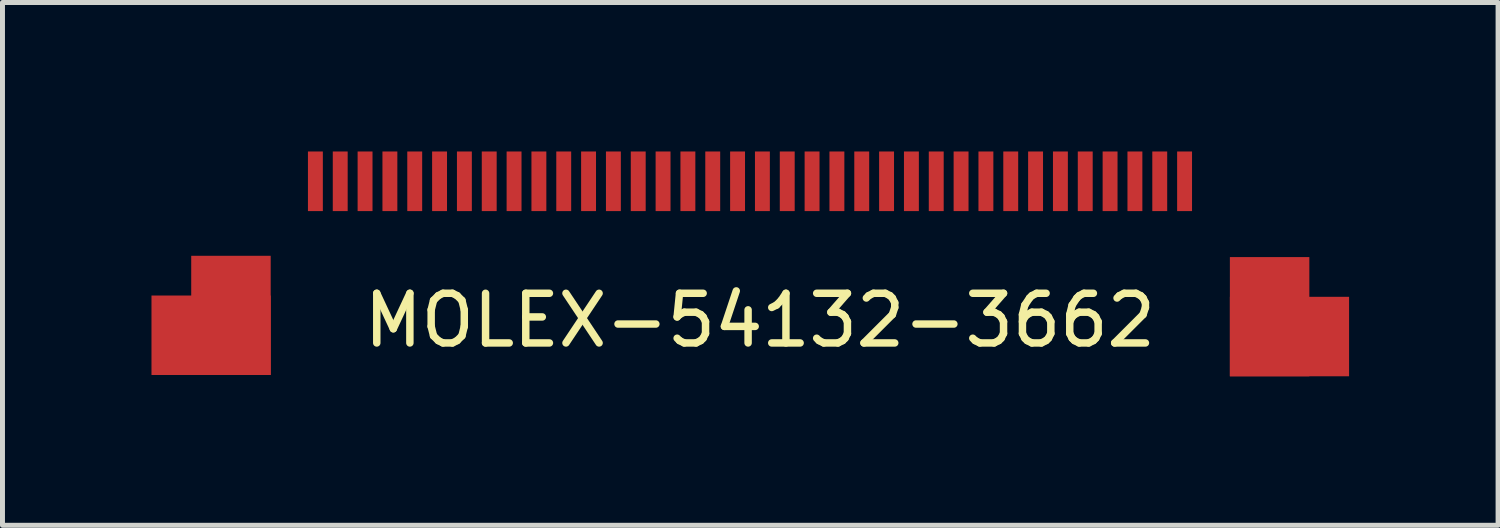
<source format=kicad_pcb>
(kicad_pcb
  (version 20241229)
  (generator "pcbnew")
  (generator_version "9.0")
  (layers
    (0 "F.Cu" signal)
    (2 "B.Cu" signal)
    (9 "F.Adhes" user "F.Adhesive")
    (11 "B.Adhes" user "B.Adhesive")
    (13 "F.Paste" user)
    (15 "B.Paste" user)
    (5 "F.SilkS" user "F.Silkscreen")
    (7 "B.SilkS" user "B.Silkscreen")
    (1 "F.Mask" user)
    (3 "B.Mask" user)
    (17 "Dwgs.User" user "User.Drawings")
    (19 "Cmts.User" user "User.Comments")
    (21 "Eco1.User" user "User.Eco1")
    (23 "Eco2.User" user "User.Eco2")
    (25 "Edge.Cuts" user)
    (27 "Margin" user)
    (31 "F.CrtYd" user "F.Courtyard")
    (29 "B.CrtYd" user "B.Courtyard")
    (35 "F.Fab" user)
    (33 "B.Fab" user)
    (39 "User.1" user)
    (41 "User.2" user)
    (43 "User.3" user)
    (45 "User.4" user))
  (footprint "MOLEX-54132-3662"
    (layer "F.Cu")
    (at 12.05 0.65)
    (property "Reference" "MOLEX-54132-3662" (at 0.2 2.75 0) (layer "F.SilkS") (effects (font (size 1 1) (thickness 0.15))))
    (attr through_hole)
    (pad "" smd rect (at -10.45 2.65) (size 1.6 2.4) (layers "F.Cu" "F.Mask" "F.Paste"))
    (pad "" smd rect (at 10.862 3.076 90) (size 1.6 2.4) (layers "F.Cu" "F.Mask" "F.Paste"))
    (pad "1" smd rect (at -8.75 -0.05) (size 0.3 1.2) (layers "F.Cu" "F.Mask" "F.Paste"))
    (pad "2" smd rect (at -8.25 -0.05) (size 0.3 1.2) (layers "F.Cu" "F.Mask" "F.Paste"))
    (pad "3" smd rect (at -7.75 -0.05) (size 0.3 1.2) (layers "F.Cu" "F.Mask" "F.Paste"))
    (pad "4" smd rect (at -7.25 -0.05) (size 0.3 1.2) (layers "F.Cu" "F.Mask" "F.Paste"))
    (pad "5" smd rect (at -6.75 -0.05) (size 0.3 1.2) (layers "F.Cu" "F.Mask" "F.Paste"))
    (pad "6" smd rect (at -6.25 -0.05) (size 0.3 1.2) (layers "F.Cu" "F.Mask" "F.Paste"))
    (pad "7" smd rect (at -5.75 -0.05) (size 0.3 1.2) (layers "F.Cu" "F.Mask" "F.Paste"))
    (pad "8" smd rect (at -5.25 -0.05) (size 0.3 1.2) (layers "F.Cu" "F.Mask" "F.Paste"))
    (pad "9" smd rect (at -4.75 -0.05) (size 0.3 1.2) (layers "F.Cu" "F.Mask" "F.Paste"))
    (pad "10" smd rect (at -4.25 -0.05) (size 0.3 1.2) (layers "F.Cu" "F.Mask" "F.Paste"))
    (pad "11" smd rect (at -3.75 -0.05) (size 0.3 1.2) (layers "F.Cu" "F.Mask" "F.Paste"))
    (pad "12" smd rect (at -3.25 -0.05) (size 0.3 1.2) (layers "F.Cu" "F.Mask" "F.Paste"))
    (pad "13" smd rect (at -2.75 -0.05) (size 0.3 1.2) (layers "F.Cu" "F.Mask" "F.Paste"))
    (pad "14" smd rect (at -2.25 -0.05) (size 0.3 1.2) (layers "F.Cu" "F.Mask" "F.Paste"))
    (pad "15" smd rect (at -1.75 -0.05) (size 0.3 1.2) (layers "F.Cu" "F.Mask" "F.Paste"))
    (pad "16" smd rect (at -1.25 -0.05) (size 0.3 1.2) (layers "F.Cu" "F.Mask" "F.Paste"))
    (pad "17" smd rect (at -0.75 -0.05) (size 0.3 1.2) (layers "F.Cu" "F.Mask" "F.Paste"))
    (pad "18" smd rect (at -0.25 -0.05) (size 0.3 1.2) (layers "F.Cu" "F.Mask" "F.Paste"))
    (pad "19" smd rect (at 0.25 -0.05) (size 0.3 1.2) (layers "F.Cu" "F.Mask" "F.Paste"))
    (pad "20" smd rect (at 0.75 -0.05) (size 0.3 1.2) (layers "F.Cu" "F.Mask" "F.Paste"))
    (pad "21" smd rect (at 1.25 -0.05) (size 0.3 1.2) (layers "F.Cu" "F.Mask" "F.Paste"))
    (pad "22" smd rect (at 1.75 -0.05) (size 0.3 1.2) (layers "F.Cu" "F.Mask" "F.Paste"))
    (pad "23" smd rect (at 2.25 -0.05) (size 0.3 1.2) (layers "F.Cu" "F.Mask" "F.Paste"))
    (pad "24" smd rect (at 2.75 -0.05) (size 0.3 1.2) (layers "F.Cu" "F.Mask" "F.Paste"))
    (pad "25" smd rect (at 3.25 -0.05) (size 0.3 1.2) (layers "F.Cu" "F.Mask" "F.Paste"))
    (pad "26" smd rect (at 3.75 -0.05) (size 0.3 1.2) (layers "F.Cu" "F.Mask" "F.Paste"))
    (pad "27" smd rect (at 4.25 -0.05) (size 0.3 1.2) (layers "F.Cu" "F.Mask" "F.Paste"))
    (pad "28" smd rect (at 4.75 -0.05) (size 0.3 1.2) (layers "F.Cu" "F.Mask" "F.Paste"))
    (pad "29" smd rect (at 5.25 -0.05) (size 0.3 1.2) (layers "F.Cu" "F.Mask" "F.Paste"))
    (pad "30" smd rect (at 5.75 -0.05) (size 0.3 1.2) (layers "F.Cu" "F.Mask" "F.Paste"))
    (pad "31" smd rect (at 6.25 -0.05) (size 0.3 1.2) (layers "F.Cu" "F.Mask" "F.Paste"))
    (pad "32" smd rect (at 6.75 -0.05) (size 0.3 1.2) (layers "F.Cu" "F.Mask" "F.Paste"))
    (pad "33" smd rect (at 7.25 -0.05) (size 0.3 1.2) (layers "F.Cu" "F.Mask" "F.Paste"))
    (pad "34" smd rect (at 7.75 -0.05) (size 0.3 1.2) (layers "F.Cu" "F.Mask" "F.Paste"))
    (pad "35" smd rect (at 8.25 -0.05) (size 0.3 1.2) (layers "F.Cu" "F.Mask" "F.Paste"))
    (pad "36" smd rect (at 8.75 -0.05) (size 0.3 1.2) (layers "F.Cu" "F.Mask" "F.Paste"))
    (pad "GND" smd rect (at -10.85 3.05 180) (size 2.4 1.6) (layers "F.Cu" "F.Mask" "F.Paste"))
    (pad "GND" smd rect (at 10.462 2.676 90) (size 2.4 1.6) (layers "F.Cu" "F.Mask" "F.Paste")))
  (gr_rect
    (start -3 -3)
    (end 27.112 7.526)
    (stroke (width 0.1) (type default))
    (fill no)
    (layer "Edge.Cuts")))
</source>
